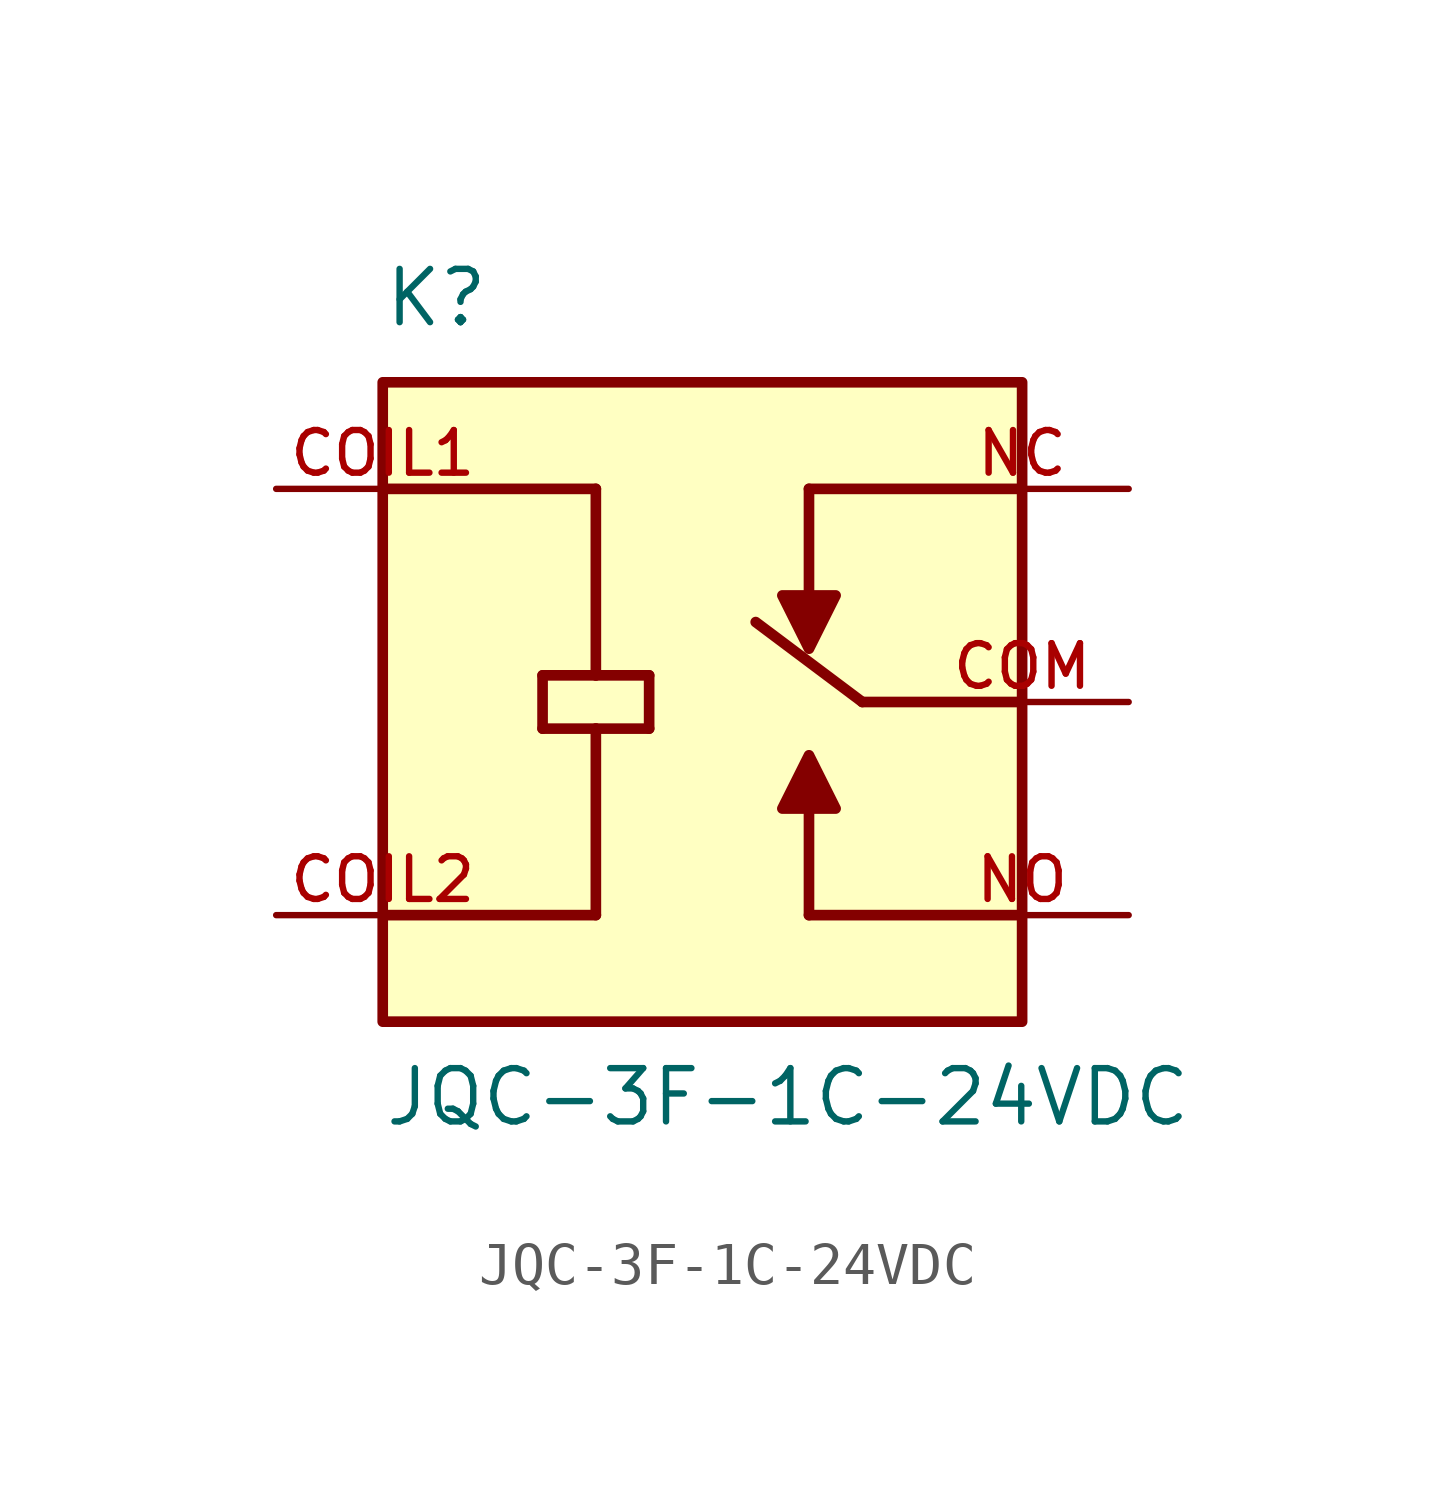
<source format=kicad_sym>
(kicad_symbol_lib
  (version 20211014)
  (generator kicad_symbol_editor)
  (symbol "JQC-3F-1C-24VDC"
    (pin_names
      (offset 1.016))
    (property "Reference" "K"
      (at -7.62 8.89 0)
      (effects (font (size 1.27 1.27)) (justify left bottom)))
    (property "Value" "JQC-3F-1C-24VDC"
      (at -7.62 -10.16 0)
      (effects (font (size 1.27 1.27)) (justify left bottom)))
    (symbol "JQC-3F-1C-24VDC_0_0"
      (rectangle (start -7.62 -7.62) (end 7.62 7.62) (stroke (width 0.254) (type default) (color 0 0 0 0)) (fill (type background)))
      (polyline (pts (xy -7.62 -5.08) (xy -2.54 -5.08)) (stroke (width 0.254) (type default) (color 0 0 0 0)) (fill (type none)))
      (polyline (pts (xy -7.62 5.08) (xy -2.54 5.08)) (stroke (width 0.254) (type default) (color 0 0 0 0)) (fill (type none)))
      (polyline (pts (xy -3.81 -0.635) (xy -3.81 0.635)) (stroke (width 0.254) (type default) (color 0 0 0 0)) (fill (type none)))
      (polyline (pts (xy -3.81 0.635) (xy -2.54 0.635)) (stroke (width 0.254) (type default) (color 0 0 0 0)) (fill (type none)))
      (polyline (pts (xy -2.54 -0.635) (xy -3.81 -0.635)) (stroke (width 0.254) (type default) (color 0 0 0 0)) (fill (type none)))
      (polyline (pts (xy -2.54 -0.635) (xy -2.54 -5.08)) (stroke (width 0.254) (type default) (color 0 0 0 0)) (fill (type none)))
      (polyline (pts (xy -2.54 0.635) (xy -1.27 0.635)) (stroke (width 0.254) (type default) (color 0 0 0 0)) (fill (type none)))
      (polyline (pts (xy -2.54 5.08) (xy -2.54 0.635)) (stroke (width 0.254) (type default) (color 0 0 0 0)) (fill (type none)))
      (polyline (pts (xy -1.27 -0.635) (xy -2.54 -0.635)) (stroke (width 0.254) (type default) (color 0 0 0 0)) (fill (type none)))
      (polyline (pts (xy -1.27 0.635) (xy -1.27 -0.635)) (stroke (width 0.254) (type default) (color 0 0 0 0)) (fill (type none)))
      (polyline (pts (xy 2.54 -5.08) (xy 2.54 -2.54)) (stroke (width 0.254) (type default) (color 0 0 0 0)) (fill (type none)))
      (polyline (pts (xy 2.54 5.08) (xy 2.54 2.54)) (stroke (width 0.254) (type default) (color 0 0 0 0)) (fill (type none)))
      (polyline (pts (xy 2.54 5.08) (xy 7.62 5.08)) (stroke (width 0.254) (type default) (color 0 0 0 0)) (fill (type none)))
      (polyline (pts (xy 3.81 0) (xy 1.27 1.905)) (stroke (width 0.254) (type default) (color 0 0 0 0)) (fill (type none)))
      (polyline (pts (xy 7.62 -5.08) (xy 2.54 -5.08)) (stroke (width 0.254) (type default) (color 0 0 0 0)) (fill (type none)))
      (polyline (pts (xy 7.62 0) (xy 3.81 0)) (stroke (width 0.254) (type default) (color 0 0 0 0)) (fill (type none)))
      (polyline (pts (xy 1.905 -2.54) (xy 3.175 -2.54) (xy 2.54 -1.27) (xy 1.905 -2.54)) (stroke (width 0.254) (type default) (color 0 0 0 0)) (fill (type outline)))
      (polyline (pts (xy 3.175 2.54) (xy 1.905 2.54) (xy 2.54 1.27) (xy 3.175 2.54)) (stroke (width 0.254) (type default) (color 0 0 0 0)) (fill (type outline)))
      (pin passive line (at -10.16 5.08 0) (length 5.08) (name "~" (effects (font (size 1.016 1.016)))) (number "COIL1" (effects (font (size 1.016 1.016)))))
      (pin passive line (at -10.16 -5.08 0) (length 5.08) (name "~" (effects (font (size 1.016 1.016)))) (number "COIL2" (effects (font (size 1.016 1.016)))))
      (pin passive line (at 10.16 0 180) (length 5.08) (name "~" (effects (font (size 1.016 1.016)))) (number "COM" (effects (font (size 1.016 1.016)))))
      (pin passive line (at 10.16 5.08 180) (length 5.08) (name "~" (effects (font (size 1.016 1.016)))) (number "NC" (effects (font (size 1.016 1.016)))))
      (pin passive line (at 10.16 -5.08 180) (length 5.08) (name "~" (effects (font (size 1.016 1.016)))) (number "NO" (effects (font (size 1.016 1.016))))))))
</source>
